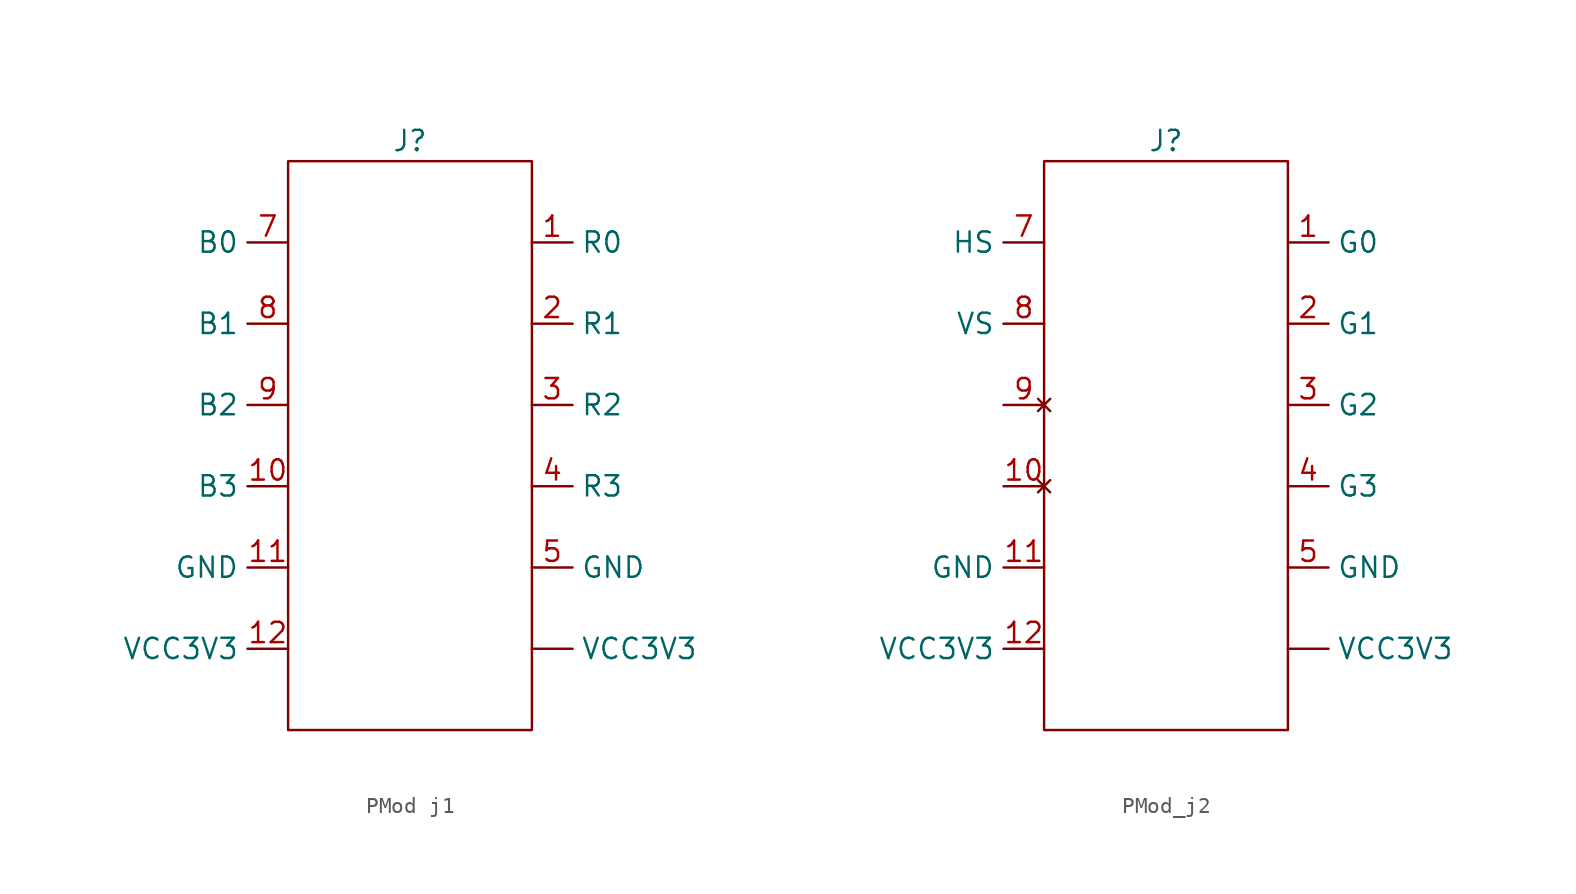
<source format=kicad_sym>
(kicad_symbol_lib
  (version 20241209)
  (generator "kicad_symbol_editor")
  (generator_version "9.0")
  (symbol "PMod j1"
    (property "Reference" "J"
      (at 0 0 0)
      (effects (font (size 1.27 1.27))))
    (property "Value" ""
      (at 0 0 0)
      (effects (font (size 1.27 1.27))))
    (symbol "PMod j1_0_1"
      (rectangle (start -7.62 -1.27) (end 7.62 -36.83) (stroke (width 0) (type default)) (fill (type none))))
    (symbol "PMod j1_1_1"
      (pin output line (at -7.62 -6.35 180) (length 2.54) (name "B0" (effects (font (size 1.27 1.27)))) (number "7" (effects (font (size 1.27 1.27)))))
      (pin output line (at -7.62 -11.43 180) (length 2.54) (name "B1" (effects (font (size 1.27 1.27)))) (number "8" (effects (font (size 1.27 1.27)))))
      (pin output line (at -7.62 -16.51 180) (length 2.54) (name "B2" (effects (font (size 1.27 1.27)))) (number "9" (effects (font (size 1.27 1.27)))))
      (pin output line (at -7.62 -21.59 180) (length 2.54) (name "B3" (effects (font (size 1.27 1.27)))) (number "10" (effects (font (size 1.27 1.27)))))
      (pin output line (at -7.62 -26.67 180) (length 2.54) (name "GND" (effects (font (size 1.27 1.27)))) (number "11" (effects (font (size 1.27 1.27)))))
      (pin output line (at -7.62 -31.75 180) (length 2.54) (name "VCC3V3" (effects (font (size 1.27 1.27)))) (number "12" (effects (font (size 1.27 1.27)))))
      (pin output line (at 7.62 -6.35 0) (length 2.54) (name "R0" (effects (font (size 1.27 1.27)))) (number "1" (effects (font (size 1.27 1.27)))))
      (pin output line (at 7.62 -11.43 0) (length 2.54) (name "R1" (effects (font (size 1.27 1.27)))) (number "2" (effects (font (size 1.27 1.27)))))
      (pin output line (at 7.62 -16.51 0) (length 2.54) (name "R2" (effects (font (size 1.27 1.27)))) (number "3" (effects (font (size 1.27 1.27)))))
      (pin output line (at 7.62 -21.59 0) (length 2.54) (name "R3" (effects (font (size 1.27 1.27)))) (number "4" (effects (font (size 1.27 1.27)))))
      (pin output line (at 7.62 -26.67 0) (length 2.54) (name "GND" (effects (font (size 1.27 1.27)))) (number "5" (effects (font (size 1.27 1.27)))))
      (pin output line (at 7.62 -31.75 0) (length 2.54) (name "VCC3V3" (effects (font (size 1.27 1.27)))) (number "" (effects (font (size 1.27 1.27)))))))
  (symbol "PMod_j2"
    (property "Reference" "J"
      (at 0 0 0)
      (effects (font (size 1.27 1.27))))
    (property "Value" ""
      (at 0 0 0)
      (effects (font (size 1.27 1.27))))
    (symbol "PMod_j2_0_1"
      (rectangle (start -7.62 -1.27) (end 7.62 -36.83) (stroke (width 0) (type default)) (fill (type none))))
    (symbol "PMod_j2_1_1"
      (pin output line (at -7.62 -6.35 180) (length 2.54) (name "HS" (effects (font (size 1.27 1.27)))) (number "7" (effects (font (size 1.27 1.27)))))
      (pin output line (at -7.62 -11.43 180) (length 2.54) (name "VS" (effects (font (size 1.27 1.27)))) (number "8" (effects (font (size 1.27 1.27)))))
      (pin no_connect line (at -7.62 -16.51 180) (length 2.54) (name "" (effects (font (size 1.27 1.27)))) (number "9" (effects (font (size 1.27 1.27)))))
      (pin no_connect line (at -7.62 -21.59 180) (length 2.54) (name "" (effects (font (size 1.27 1.27)))) (number "10" (effects (font (size 1.27 1.27)))))
      (pin output line (at -7.62 -26.67 180) (length 2.54) (name "GND" (effects (font (size 1.27 1.27)))) (number "11" (effects (font (size 1.27 1.27)))))
      (pin output line (at -7.62 -31.75 180) (length 2.54) (name "VCC3V3" (effects (font (size 1.27 1.27)))) (number "12" (effects (font (size 1.27 1.27)))))
      (pin output line (at 7.62 -6.35 0) (length 2.54) (name "G0" (effects (font (size 1.27 1.27)))) (number "1" (effects (font (size 1.27 1.27)))))
      (pin output line (at 7.62 -11.43 0) (length 2.54) (name "G1" (effects (font (size 1.27 1.27)))) (number "2" (effects (font (size 1.27 1.27)))))
      (pin output line (at 7.62 -16.51 0) (length 2.54) (name "G2" (effects (font (size 1.27 1.27)))) (number "3" (effects (font (size 1.27 1.27)))))
      (pin output line (at 7.62 -21.59 0) (length 2.54) (name "G3" (effects (font (size 1.27 1.27)))) (number "4" (effects (font (size 1.27 1.27)))))
      (pin output line (at 7.62 -26.67 0) (length 2.54) (name "GND" (effects (font (size 1.27 1.27)))) (number "5" (effects (font (size 1.27 1.27)))))
      (pin output line (at 7.62 -31.75 0) (length 2.54) (name "VCC3V3" (effects (font (size 1.27 1.27)))) (number "" (effects (font (size 1.27 1.27))))))))
</source>
